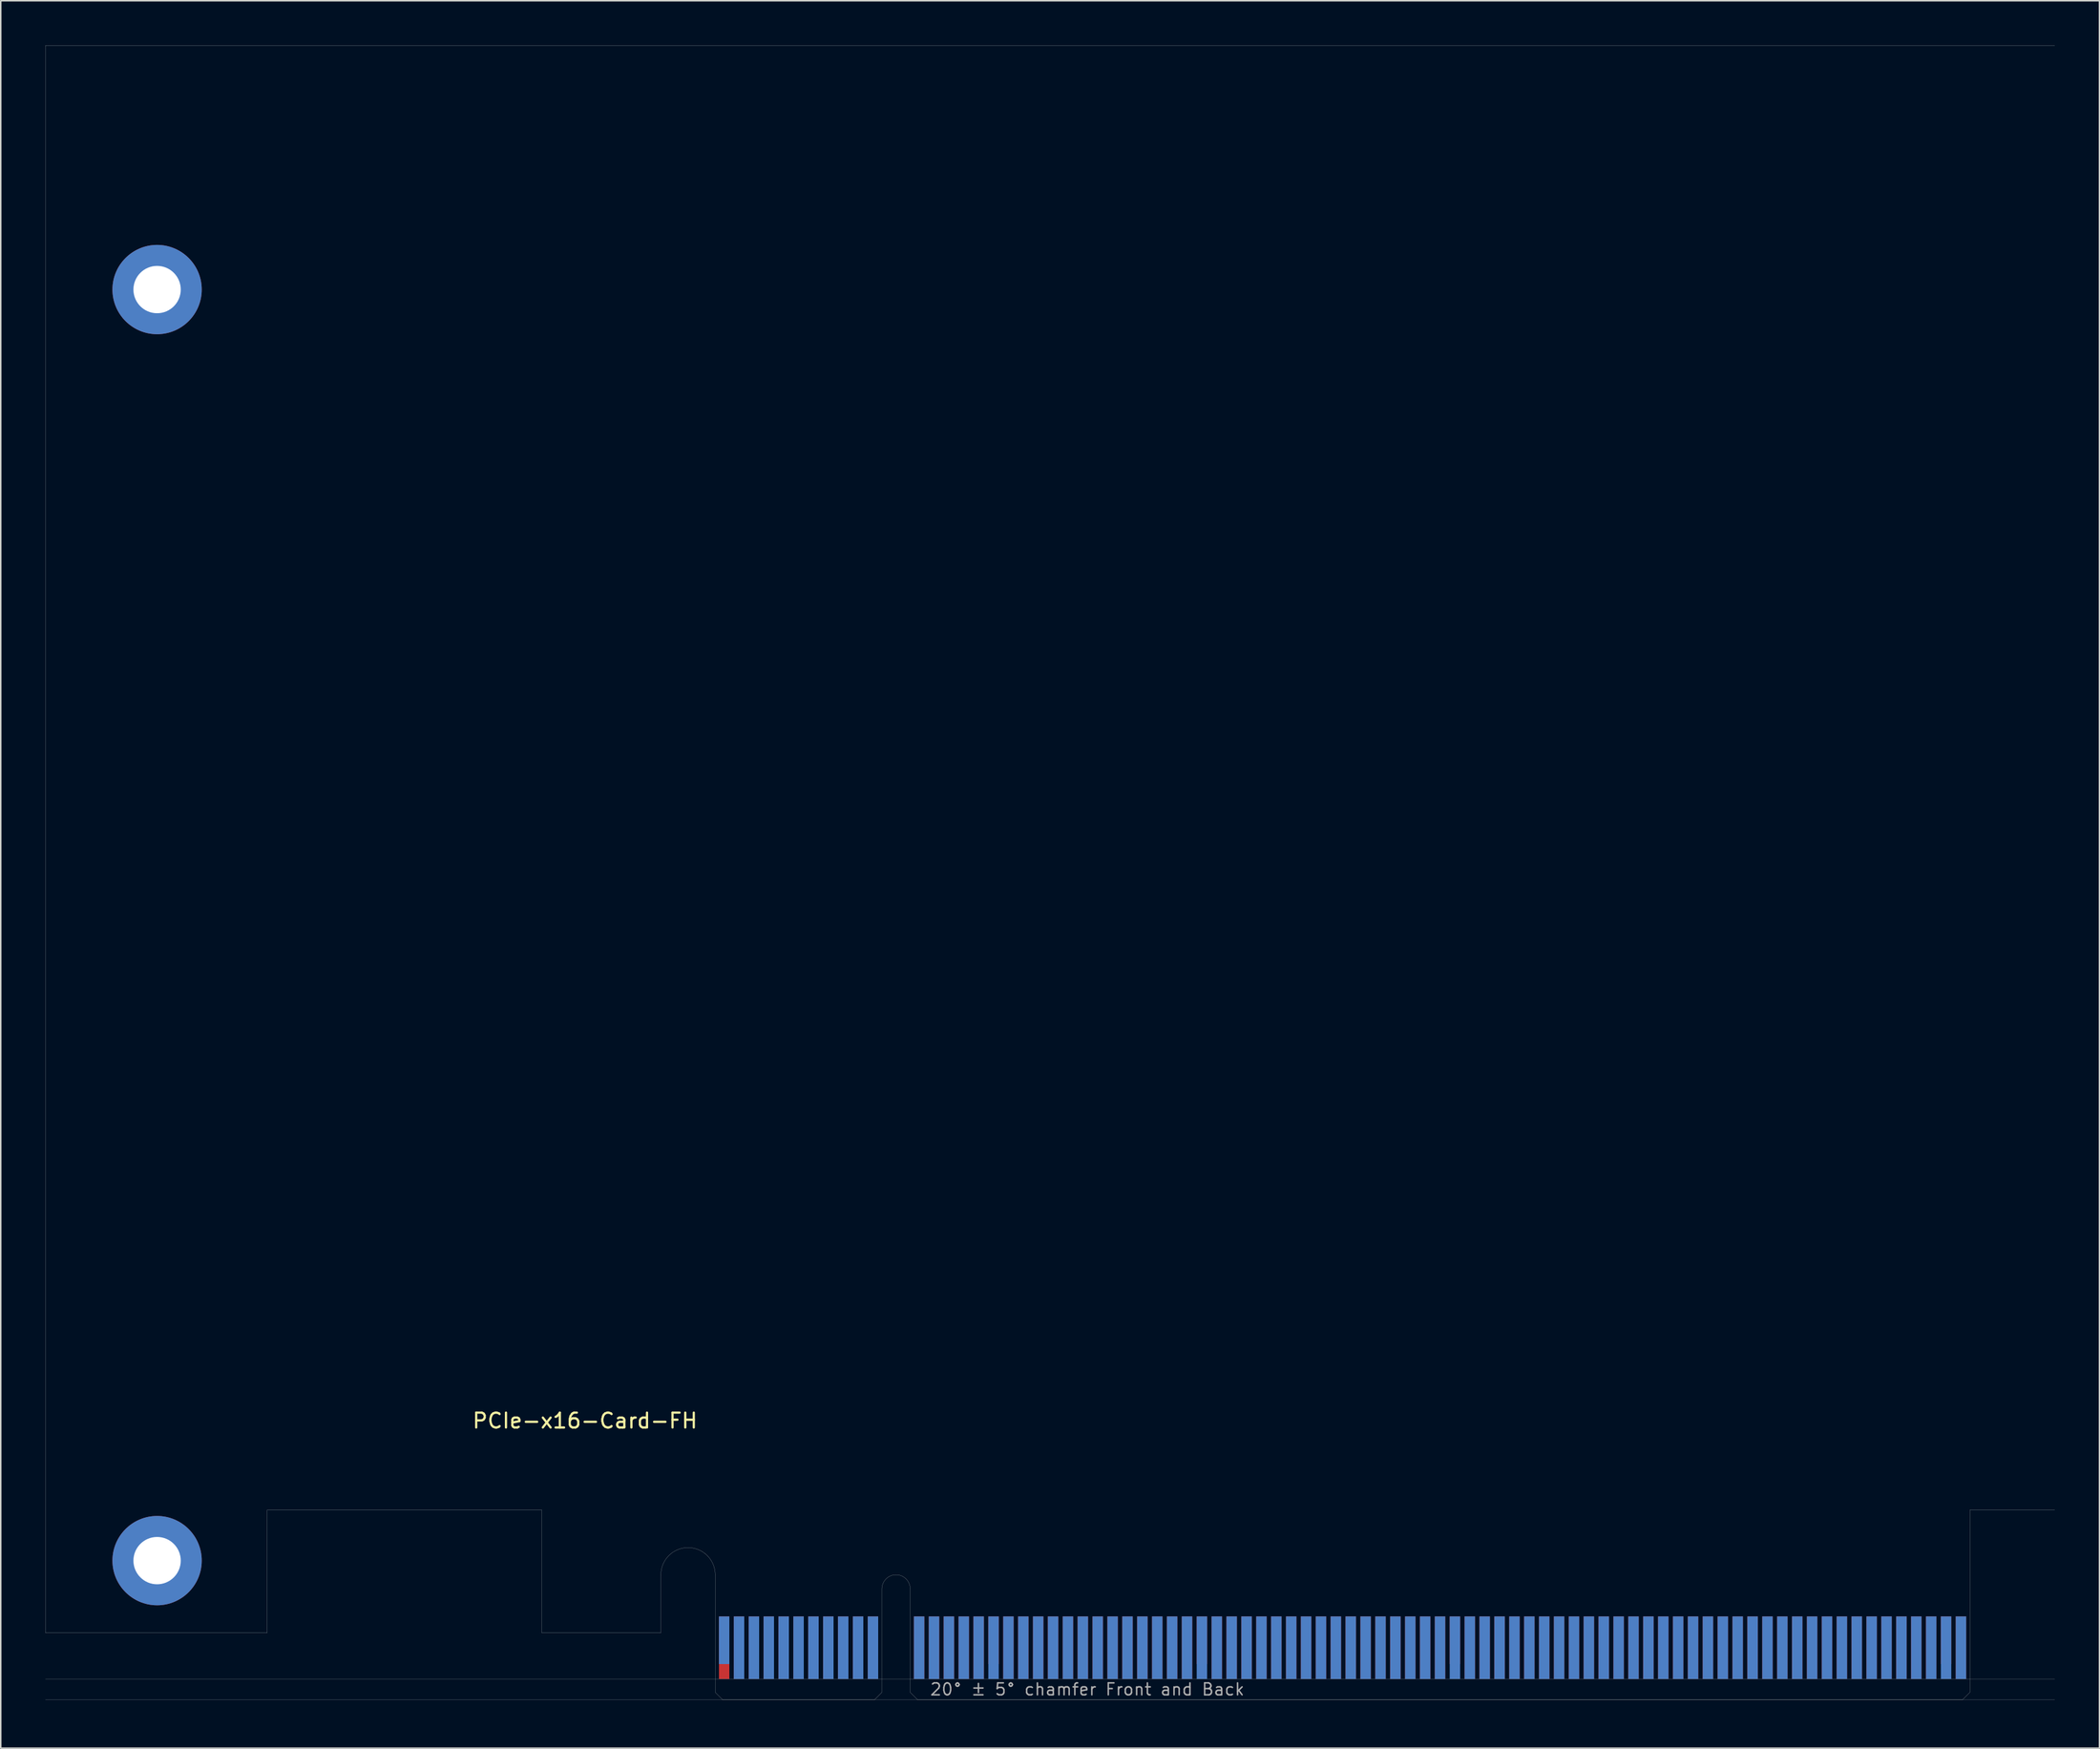
<source format=kicad_pcb>
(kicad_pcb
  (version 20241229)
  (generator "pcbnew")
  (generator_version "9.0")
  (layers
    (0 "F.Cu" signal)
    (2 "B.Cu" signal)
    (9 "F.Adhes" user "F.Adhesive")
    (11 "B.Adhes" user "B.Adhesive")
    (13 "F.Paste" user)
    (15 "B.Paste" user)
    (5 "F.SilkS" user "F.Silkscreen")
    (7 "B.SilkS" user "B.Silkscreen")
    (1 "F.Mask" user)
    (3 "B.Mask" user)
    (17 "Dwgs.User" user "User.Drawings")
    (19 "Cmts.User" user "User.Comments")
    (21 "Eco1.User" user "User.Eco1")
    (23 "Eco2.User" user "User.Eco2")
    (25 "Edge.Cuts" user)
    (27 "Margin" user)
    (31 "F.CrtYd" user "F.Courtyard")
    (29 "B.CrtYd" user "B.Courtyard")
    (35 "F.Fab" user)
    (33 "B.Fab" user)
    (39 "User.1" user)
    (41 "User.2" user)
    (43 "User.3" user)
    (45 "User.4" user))
  (footprint "PCIe-x16-Card-FH"
    (layer "F.Cu")
    (at 45.005 111.155)
    (property "Reference" "PCIe-x16-Card-FH" (at -8.75 -18.75 0) (layer "F.SilkS") (effects (font (size 1 1) (thickness 0.15))))
    (attr smd)
    (fp_poly (pts (xy -3.65 -4.5) (xy -11.65 -4.5) (xy -11.65 -7.95) (xy -3.65 -7.95)) (stroke (width 0.1) (type solid)) (fill yes) (layer "F.Mask"))
    (fp_poly (pts (xy 11.2 -5.45) (xy 0 -5.45) (xy 0 0) (xy 11.2 0)) (stroke (width 0.1) (type solid)) (fill yes) (layer "F.Mask"))
    (fp_poly (pts (xy 84.3 -5.45) (xy 13.1 -5.45) (xy 13.1 0) (xy 84.3 0)) (stroke (width 0.1) (type solid)) (fill yes) (layer "F.Mask"))
    (fp_poly (pts (xy -3.65 -7.95) (xy -11.65 -7.95) (xy -11.65 -4.5) (xy -3.65 -4.5)) (stroke (width 0.1) (type solid)) (fill yes) (layer "B.Mask"))
    (fp_poly (pts (xy 11.2 0) (xy 0 0) (xy 0 -5.45) (xy 11.2 -5.45)) (stroke (width 0.1) (type solid)) (fill yes) (layer "B.Mask"))
    (fp_poly (pts (xy 84.3 -5.45) (xy 13.1 -5.45) (xy 13.1 0) (xy 84.3 0)) (stroke (width 0.1) (type solid)) (fill yes) (layer "B.Mask"))
    (fp_line (start -45 -111.15) (end 90 -111.15) (stroke (width 0.01) (type solid)) (layer "Edge.Cuts"))
    (fp_line (start -45 -4.5) (end -45 -111.15) (stroke (width 0.01) (type solid)) (layer "Edge.Cuts"))
    (fp_line (start -30.1 -12.75) (end -30.1 -4.5) (stroke (width 0.01) (type solid)) (layer "Edge.Cuts"))
    (fp_line (start -30.1 -4.5) (end -45 -4.5) (stroke (width 0.01) (type solid)) (layer "Edge.Cuts"))
    (fp_line (start -11.65 -12.75) (end -30.1 -12.75) (stroke (width 0.01) (type solid)) (layer "Edge.Cuts"))
    (fp_line (start -11.65 -4.5) (end -11.65 -12.75) (stroke (width 0.01) (type solid)) (layer "Edge.Cuts"))
    (fp_line (start -3.65 -4.5) (end -11.65 -4.5) (stroke (width 0.01) (type solid)) (layer "Edge.Cuts"))
    (fp_line (start -3.65 -4.5) (end -3.65 -8.4) (stroke (width 0.01) (type solid)) (layer "Edge.Cuts"))
    (fp_line (start 0 -0.5) (end 0 -8.4) (stroke (width 0.01) (type solid)) (layer "Edge.Cuts"))
    (fp_line (start 0.5 0) (end 0 -0.5) (stroke (width 0.01) (type solid)) (layer "Edge.Cuts"))
    (fp_line (start 0.5 0) (end 10.7 0) (stroke (width 0.01) (type solid)) (layer "Edge.Cuts"))
    (fp_line (start 10.7 0) (end 11.2 -0.5) (stroke (width 0.01) (type solid)) (layer "Edge.Cuts"))
    (fp_line (start 11.2 -0.5) (end 11.2 -7.45) (stroke (width 0.01) (type solid)) (layer "Edge.Cuts"))
    (fp_line (start 13.1 -0.5) (end 13.1 -7.45) (stroke (width 0.01) (type solid)) (layer "Edge.Cuts"))
    (fp_line (start 13.6 0) (end 13.1 -0.5) (stroke (width 0.01) (type solid)) (layer "Edge.Cuts"))
    (fp_line (start 83.8 0) (end 13.6 0) (stroke (width 0.01) (type solid)) (layer "Edge.Cuts"))
    (fp_line (start 83.8 0) (end 84.3 -0.5) (stroke (width 0.01) (type solid)) (layer "Edge.Cuts"))
    (fp_line (start 84.3 -12.75) (end 90 -12.75) (stroke (width 0.01) (type solid)) (layer "Edge.Cuts"))
    (fp_line (start 84.3 -0.5) (end 84.3 -12.75) (stroke (width 0.01) (type solid)) (layer "Edge.Cuts"))
    (fp_arc (start -3.65 -8.4) (mid -1.825 -10.225) (end 0 -8.4) (stroke (width 0.01) (type solid)) (layer "Edge.Cuts"))
    (fp_arc (start 11.2 -7.45) (mid 12.15 -8.4) (end 13.1 -7.45) (stroke (width 0.01) (type solid)) (layer "Edge.Cuts"))
    (fp_line (start -45 -1.4) (end 90 -1.4) (stroke (width 0.01) (type solid)) (layer "F.Fab"))
    (fp_line (start -45 0) (end 90 0) (stroke (width 0.01) (type solid)) (layer "F.Fab"))
    (fp_text user "20° ± 5° chamfer Front and Back" (at 25 -0.7 0) (layer "F.Fab") (effects (font (size 0.8 0.8) (thickness 0.1))))
    (pad "A1" smd rect (at 0.6 -4) (size 0.7 3.2) (layers "B.Cu"))
    (pad "A2" smd rect (at 1.6 -3.5) (size 0.7 4.2) (layers "B.Cu"))
    (pad "A3" smd rect (at 2.6 -3.5) (size 0.7 4.2) (layers "B.Cu"))
    (pad "A4" smd rect (at 3.6 -3.5) (size 0.7 4.2) (layers "B.Cu"))
    (pad "A5" smd rect (at 4.6 -3.5) (size 0.7 4.2) (layers "B.Cu"))
    (pad "A6" smd rect (at 5.6 -3.5) (size 0.7 4.2) (layers "B.Cu"))
    (pad "A7" smd rect (at 6.6 -3.5) (size 0.7 4.2) (layers "B.Cu"))
    (pad "A8" smd rect (at 7.6 -3.5) (size 0.7 4.2) (layers "B.Cu"))
    (pad "A9" smd rect (at 8.6 -3.5) (size 0.7 4.2) (layers "B.Cu"))
    (pad "A10" smd rect (at 9.6 -3.5) (size 0.7 4.2) (layers "B.Cu"))
    (pad "A11" smd rect (at 10.6 -3.5) (size 0.7 4.2) (layers "B.Cu"))
    (pad "A12" smd rect (at 13.7 -3.5) (size 0.7 4.2) (layers "B.Cu"))
    (pad "A13" smd rect (at 14.7 -3.5) (size 0.7 4.2) (layers "B.Cu"))
    (pad "A14" smd rect (at 15.7 -3.5) (size 0.7 4.2) (layers "B.Cu"))
    (pad "A15" smd rect (at 16.7 -3.5) (size 0.7 4.2) (layers "B.Cu"))
    (pad "A16" smd rect (at 17.7 -3.5) (size 0.7 4.2) (layers "B.Cu"))
    (pad "A17" smd rect (at 18.7 -3.5) (size 0.7 4.2) (layers "B.Cu"))
    (pad "A18" smd rect (at 19.7 -3.5) (size 0.7 4.2) (layers "B.Cu"))
    (pad "A19" smd rect (at 20.7 -3.5) (size 0.7 4.2) (layers "B.Cu"))
    (pad "A20" smd rect (at 21.7 -3.5) (size 0.7 4.2) (layers "B.Cu"))
    (pad "A21" smd rect (at 22.7 -3.5) (size 0.7 4.2) (layers "B.Cu"))
    (pad "A22" smd rect (at 23.7 -3.5) (size 0.7 4.2) (layers "B.Cu"))
    (pad "A23" smd rect (at 24.7 -3.5) (size 0.7 4.2) (layers "B.Cu"))
    (pad "A24" smd rect (at 25.7 -3.5) (size 0.7 4.2) (layers "B.Cu"))
    (pad "A25" smd rect (at 26.7 -3.5) (size 0.7 4.2) (layers "B.Cu"))
    (pad "A26" smd rect (at 27.7 -3.5) (size 0.7 4.2) (layers "B.Cu"))
    (pad "A27" smd rect (at 28.7 -3.5) (size 0.7 4.2) (layers "B.Cu"))
    (pad "A28" smd rect (at 29.7 -3.5) (size 0.7 4.2) (layers "B.Cu"))
    (pad "A29" smd rect (at 30.7 -3.5) (size 0.7 4.2) (layers "B.Cu"))
    (pad "A30" smd rect (at 31.7 -3.5) (size 0.7 4.2) (layers "B.Cu"))
    (pad "A31" smd rect (at 32.7 -3.5) (size 0.7 4.2) (layers "B.Cu"))
    (pad "A32" smd rect (at 33.7 -3.5) (size 0.7 4.2) (layers "B.Cu"))
    (pad "A33" smd rect (at 34.7 -3.5) (size 0.7 4.2) (layers "B.Cu"))
    (pad "A34" smd rect (at 35.7 -3.5) (size 0.7 4.2) (layers "B.Cu"))
    (pad "A35" smd rect (at 36.7 -3.5) (size 0.7 4.2) (layers "B.Cu"))
    (pad "A36" smd rect (at 37.7 -3.5) (size 0.7 4.2) (layers "B.Cu"))
    (pad "A37" smd rect (at 38.7 -3.5) (size 0.7 4.2) (layers "B.Cu"))
    (pad "A38" smd rect (at 39.7 -3.5) (size 0.7 4.2) (layers "B.Cu"))
    (pad "A39" smd rect (at 40.7 -3.5) (size 0.7 4.2) (layers "B.Cu"))
    (pad "A40" smd rect (at 41.7 -3.5) (size 0.7 4.2) (layers "B.Cu"))
    (pad "A41" smd rect (at 42.7 -3.5) (size 0.7 4.2) (layers "B.Cu"))
    (pad "A42" smd rect (at 43.7 -3.5) (size 0.7 4.2) (layers "B.Cu"))
    (pad "A43" smd rect (at 44.7 -3.5) (size 0.7 4.2) (layers "B.Cu"))
    (pad "A44" smd rect (at 45.7 -3.5) (size 0.7 4.2) (layers "B.Cu"))
    (pad "A45" smd rect (at 46.7 -3.5) (size 0.7 4.2) (layers "B.Cu"))
    (pad "A46" smd rect (at 47.7 -3.5) (size 0.7 4.2) (layers "B.Cu"))
    (pad "A47" smd rect (at 48.7 -3.5) (size 0.7 4.2) (layers "B.Cu"))
    (pad "A48" smd rect (at 49.7 -3.5) (size 0.7 4.2) (layers "B.Cu"))
    (pad "A49" smd rect (at 50.7 -3.5) (size 0.7 4.2) (layers "B.Cu"))
    (pad "A50" smd rect (at 51.7 -3.5) (size 0.7 4.2) (layers "B.Cu"))
    (pad "A51" smd rect (at 52.7 -3.5) (size 0.7 4.2) (layers "B.Cu"))
    (pad "A52" smd rect (at 53.7 -3.5) (size 0.7 4.2) (layers "B.Cu"))
    (pad "A53" smd rect (at 54.7 -3.5) (size 0.7 4.2) (layers "B.Cu"))
    (pad "A54" smd rect (at 55.7 -3.5) (size 0.7 4.2) (layers "B.Cu"))
    (pad "A55" smd rect (at 56.7 -3.5) (size 0.7 4.2) (layers "B.Cu"))
    (pad "A56" smd rect (at 57.7 -3.5) (size 0.7 4.2) (layers "B.Cu"))
    (pad "A57" smd rect (at 58.7 -3.5) (size 0.7 4.2) (layers "B.Cu"))
    (pad "A58" smd rect (at 59.7 -3.5) (size 0.7 4.2) (layers "B.Cu"))
    (pad "A59" smd rect (at 60.7 -3.5) (size 0.7 4.2) (layers "B.Cu"))
    (pad "A60" smd rect (at 61.7 -3.5) (size 0.7 4.2) (layers "B.Cu"))
    (pad "A61" smd rect (at 62.7 -3.5) (size 0.7 4.2) (layers "B.Cu"))
    (pad "A62" smd rect (at 63.7 -3.5) (size 0.7 4.2) (layers "B.Cu"))
    (pad "A63" smd rect (at 64.7 -3.5) (size 0.7 4.2) (layers "B.Cu"))
    (pad "A64" smd rect (at 65.7 -3.5) (size 0.7 4.2) (layers "B.Cu"))
    (pad "A65" smd rect (at 66.7 -3.5) (size 0.7 4.2) (layers "B.Cu"))
    (pad "A66" smd rect (at 67.7 -3.5) (size 0.7 4.2) (layers "B.Cu"))
    (pad "A67" smd rect (at 68.7 -3.5) (size 0.7 4.2) (layers "B.Cu"))
    (pad "A68" smd rect (at 69.7 -3.5) (size 0.7 4.2) (layers "B.Cu"))
    (pad "A69" smd rect (at 70.7 -3.5) (size 0.7 4.2) (layers "B.Cu"))
    (pad "A70" smd rect (at 71.7 -3.5) (size 0.7 4.2) (layers "B.Cu"))
    (pad "A71" smd rect (at 72.7 -3.5) (size 0.7 4.2) (layers "B.Cu"))
    (pad "A72" smd rect (at 73.7 -3.5) (size 0.7 4.2) (layers "B.Cu"))
    (pad "A73" smd rect (at 74.7 -3.5) (size 0.7 4.2) (layers "B.Cu"))
    (pad "A74" smd rect (at 75.7 -3.5) (size 0.7 4.2) (layers "B.Cu"))
    (pad "A75" smd rect (at 76.7 -3.5) (size 0.7 4.2) (layers "B.Cu"))
    (pad "A76" smd rect (at 77.7 -3.5) (size 0.7 4.2) (layers "B.Cu"))
    (pad "A77" smd rect (at 78.7 -3.5) (size 0.7 4.2) (layers "B.Cu"))
    (pad "A78" smd rect (at 79.7 -3.5) (size 0.7 4.2) (layers "B.Cu"))
    (pad "A79" smd rect (at 80.7 -3.5) (size 0.7 4.2) (layers "B.Cu"))
    (pad "A80" smd rect (at 81.7 -3.5) (size 0.7 4.2) (layers "B.Cu"))
    (pad "A81" smd rect (at 82.7 -3.5) (size 0.7 4.2) (layers "B.Cu"))
    (pad "A82" smd rect (at 83.7 -3.5) (size 0.7 4.2) (layers "B.Cu"))
    (pad "B1" smd rect (at 0.6 -3.5) (size 0.7 4.2) (layers "F.Cu"))
    (pad "B2" smd rect (at 1.6 -3.5) (size 0.7 4.2) (layers "F.Cu"))
    (pad "B3" smd rect (at 2.6 -3.5) (size 0.7 4.2) (layers "F.Cu"))
    (pad "B4" smd rect (at 3.6 -3.5) (size 0.7 4.2) (layers "F.Cu"))
    (pad "B5" smd rect (at 4.6 -3.5) (size 0.7 4.2) (layers "F.Cu"))
    (pad "B6" smd rect (at 5.6 -3.5) (size 0.7 4.2) (layers "F.Cu"))
    (pad "B7" smd rect (at 6.6 -3.5) (size 0.7 4.2) (layers "F.Cu"))
    (pad "B8" smd rect (at 7.6 -3.5) (size 0.7 4.2) (layers "F.Cu"))
    (pad "B9" smd rect (at 8.6 -3.5) (size 0.7 4.2) (layers "F.Cu"))
    (pad "B10" smd rect (at 9.6 -3.5) (size 0.7 4.2) (layers "F.Cu"))
    (pad "B11" smd rect (at 10.6 -3.5) (size 0.7 4.2) (layers "F.Cu"))
    (pad "B12" smd rect (at 13.7 -3.5) (size 0.7 4.2) (layers "F.Cu"))
    (pad "B13" smd rect (at 14.7 -3.5) (size 0.7 4.2) (layers "F.Cu"))
    (pad "B14" smd rect (at 15.7 -3.5) (size 0.7 4.2) (layers "F.Cu"))
    (pad "B15" smd rect (at 16.7 -3.5) (size 0.7 4.2) (layers "F.Cu"))
    (pad "B16" smd rect (at 17.7 -3.5) (size 0.7 4.2) (layers "F.Cu"))
    (pad "B17" smd rect (at 18.7 -4) (size 0.7 3.2) (layers "F.Cu"))
    (pad "B18" smd rect (at 19.7 -3.5) (size 0.7 4.2) (layers "F.Cu"))
    (pad "B19" smd rect (at 20.7 -3.5) (size 0.7 4.2) (layers "F.Cu"))
    (pad "B20" smd rect (at 21.7 -3.5) (size 0.7 4.2) (layers "F.Cu"))
    (pad "B21" smd rect (at 22.7 -3.5) (size 0.7 4.2) (layers "F.Cu"))
    (pad "B22" smd rect (at 23.7 -3.5) (size 0.7 4.2) (layers "F.Cu"))
    (pad "B23" smd rect (at 24.7 -3.5) (size 0.7 4.2) (layers "F.Cu"))
    (pad "B24" smd rect (at 25.7 -3.5) (size 0.7 4.2) (layers "F.Cu"))
    (pad "B25" smd rect (at 26.7 -3.5) (size 0.7 4.2) (layers "F.Cu"))
    (pad "B26" smd rect (at 27.7 -3.5) (size 0.7 4.2) (layers "F.Cu"))
    (pad "B27" smd rect (at 28.7 -3.5) (size 0.7 4.2) (layers "F.Cu"))
    (pad "B28" smd rect (at 29.7 -3.5) (size 0.7 4.2) (layers "F.Cu"))
    (pad "B29" smd rect (at 30.7 -3.5) (size 0.7 4.2) (layers "F.Cu"))
    (pad "B30" smd rect (at 31.7 -3.5) (size 0.7 4.2) (layers "F.Cu"))
    (pad "B31" smd rect (at 32.7 -4) (size 0.7 3.2) (layers "F.Cu"))
    (pad "B32" smd rect (at 33.7 -3.5) (size 0.7 4.2) (layers "F.Cu"))
    (pad "B33" smd rect (at 34.7 -3.5) (size 0.7 4.2) (layers "F.Cu"))
    (pad "B34" smd rect (at 35.7 -3.5) (size 0.7 4.2) (layers "F.Cu"))
    (pad "B35" smd rect (at 36.7 -3.5) (size 0.7 4.2) (layers "F.Cu"))
    (pad "B36" smd rect (at 37.7 -3.5) (size 0.7 4.2) (layers "F.Cu"))
    (pad "B37" smd rect (at 38.7 -3.5) (size 0.7 4.2) (layers "F.Cu"))
    (pad "B38" smd rect (at 39.7 -3.5) (size 0.7 4.2) (layers "F.Cu"))
    (pad "B39" smd rect (at 40.7 -3.5) (size 0.7 4.2) (layers "F.Cu"))
    (pad "B40" smd rect (at 41.7 -3.5) (size 0.7 4.2) (layers "F.Cu"))
    (pad "B41" smd rect (at 42.7 -3.5) (size 0.7 4.2) (layers "F.Cu"))
    (pad "B42" smd rect (at 43.7 -3.5) (size 0.7 4.2) (layers "F.Cu"))
    (pad "B43" smd rect (at 44.7 -3.5) (size 0.7 4.2) (layers "F.Cu"))
    (pad "B44" smd rect (at 45.7 -3.5) (size 0.7 4.2) (layers "F.Cu"))
    (pad "B45" smd rect (at 46.7 -3.5) (size 0.7 4.2) (layers "F.Cu"))
    (pad "B46" smd rect (at 47.7 -3.5) (size 0.7 4.2) (layers "F.Cu"))
    (pad "B47" smd rect (at 48.7 -3.5) (size 0.7 4.2) (layers "F.Cu"))
    (pad "B48" smd rect (at 49.7 -4) (size 0.7 3.2) (layers "F.Cu"))
    (pad "B49" smd rect (at 50.7 -3.5) (size 0.7 4.2) (layers "F.Cu"))
    (pad "B50" smd rect (at 51.7 -3.5) (size 0.7 4.2) (layers "F.Cu"))
    (pad "B51" smd rect (at 52.7 -3.5) (size 0.7 4.2) (layers "F.Cu"))
    (pad "B52" smd rect (at 53.7 -3.5) (size 0.7 4.2) (layers "F.Cu"))
    (pad "B53" smd rect (at 54.7 -3.5) (size 0.7 4.2) (layers "F.Cu"))
    (pad "B54" smd rect (at 55.7 -3.5) (size 0.7 4.2) (layers "F.Cu"))
    (pad "B55" smd rect (at 56.7 -3.5) (size 0.7 4.2) (layers "F.Cu"))
    (pad "B56" smd rect (at 57.7 -3.5) (size 0.7 4.2) (layers "F.Cu"))
    (pad "B57" smd rect (at 58.7 -3.5) (size 0.7 4.2) (layers "F.Cu"))
    (pad "B58" smd rect (at 59.7 -3.5) (size 0.7 4.2) (layers "F.Cu"))
    (pad "B59" smd rect (at 60.7 -3.5) (size 0.7 4.2) (layers "F.Cu"))
    (pad "B60" smd rect (at 61.7 -3.5) (size 0.7 4.2) (layers "F.Cu"))
    (pad "B61" smd rect (at 62.7 -3.5) (size 0.7 4.2) (layers "F.Cu"))
    (pad "B62" smd rect (at 63.7 -3.5) (size 0.7 4.2) (layers "F.Cu"))
    (pad "B63" smd rect (at 64.7 -3.5) (size 0.7 4.2) (layers "F.Cu"))
    (pad "B64" smd rect (at 65.7 -3.5) (size 0.7 4.2) (layers "F.Cu"))
    (pad "B65" smd rect (at 66.7 -3.5) (size 0.7 4.2) (layers "F.Cu"))
    (pad "B66" smd rect (at 67.7 -3.5) (size 0.7 4.2) (layers "F.Cu"))
    (pad "B67" smd rect (at 68.7 -3.5) (size 0.7 4.2) (layers "F.Cu"))
    (pad "B68" smd rect (at 69.7 -3.5) (size 0.7 4.2) (layers "F.Cu"))
    (pad "B69" smd rect (at 70.7 -3.5) (size 0.7 4.2) (layers "F.Cu"))
    (pad "B70" smd rect (at 71.7 -3.5) (size 0.7 4.2) (layers "F.Cu"))
    (pad "B71" smd rect (at 72.7 -3.5) (size 0.7 4.2) (layers "F.Cu"))
    (pad "B72" smd rect (at 73.7 -3.5) (size 0.7 4.2) (layers "F.Cu"))
    (pad "B73" smd rect (at 74.7 -3.5) (size 0.7 4.2) (layers "F.Cu"))
    (pad "B74" smd rect (at 75.7 -3.5) (size 0.7 4.2) (layers "F.Cu"))
    (pad "B75" smd rect (at 76.7 -3.5) (size 0.7 4.2) (layers "F.Cu"))
    (pad "B76" smd rect (at 77.7 -3.5) (size 0.7 4.2) (layers "F.Cu"))
    (pad "B77" smd rect (at 78.7 -3.5) (size 0.7 4.2) (layers "F.Cu"))
    (pad "B78" smd rect (at 79.7 -3.5) (size 0.7 4.2) (layers "F.Cu"))
    (pad "B79" smd rect (at 80.7 -3.5) (size 0.7 4.2) (layers "F.Cu"))
    (pad "B80" smd rect (at 81.7 -3.5) (size 0.7 4.2) (layers "F.Cu"))
    (pad "B81" smd rect (at 82.7 -4) (size 0.7 3.2) (layers "F.Cu"))
    (pad "B82" smd rect (at 83.7 -3.5) (size 0.7 4.2) (layers "F.Cu"))
    (pad "G1" thru_hole circle (at -37.5 -94.75) (size 6 6) (drill 3.18) (layers "*.Cu" "*.Mask"))
    (pad "G2" thru_hole circle (at -37.5 -9.35) (size 6 6) (drill 3.18) (layers "*.Cu" "*.Mask")))
  (gr_rect
    (start -3 -3)
    (end 138.01 114.405)
    (stroke (width 0.1) (type default))
    (fill no)
    (layer "Edge.Cuts")))
</source>
